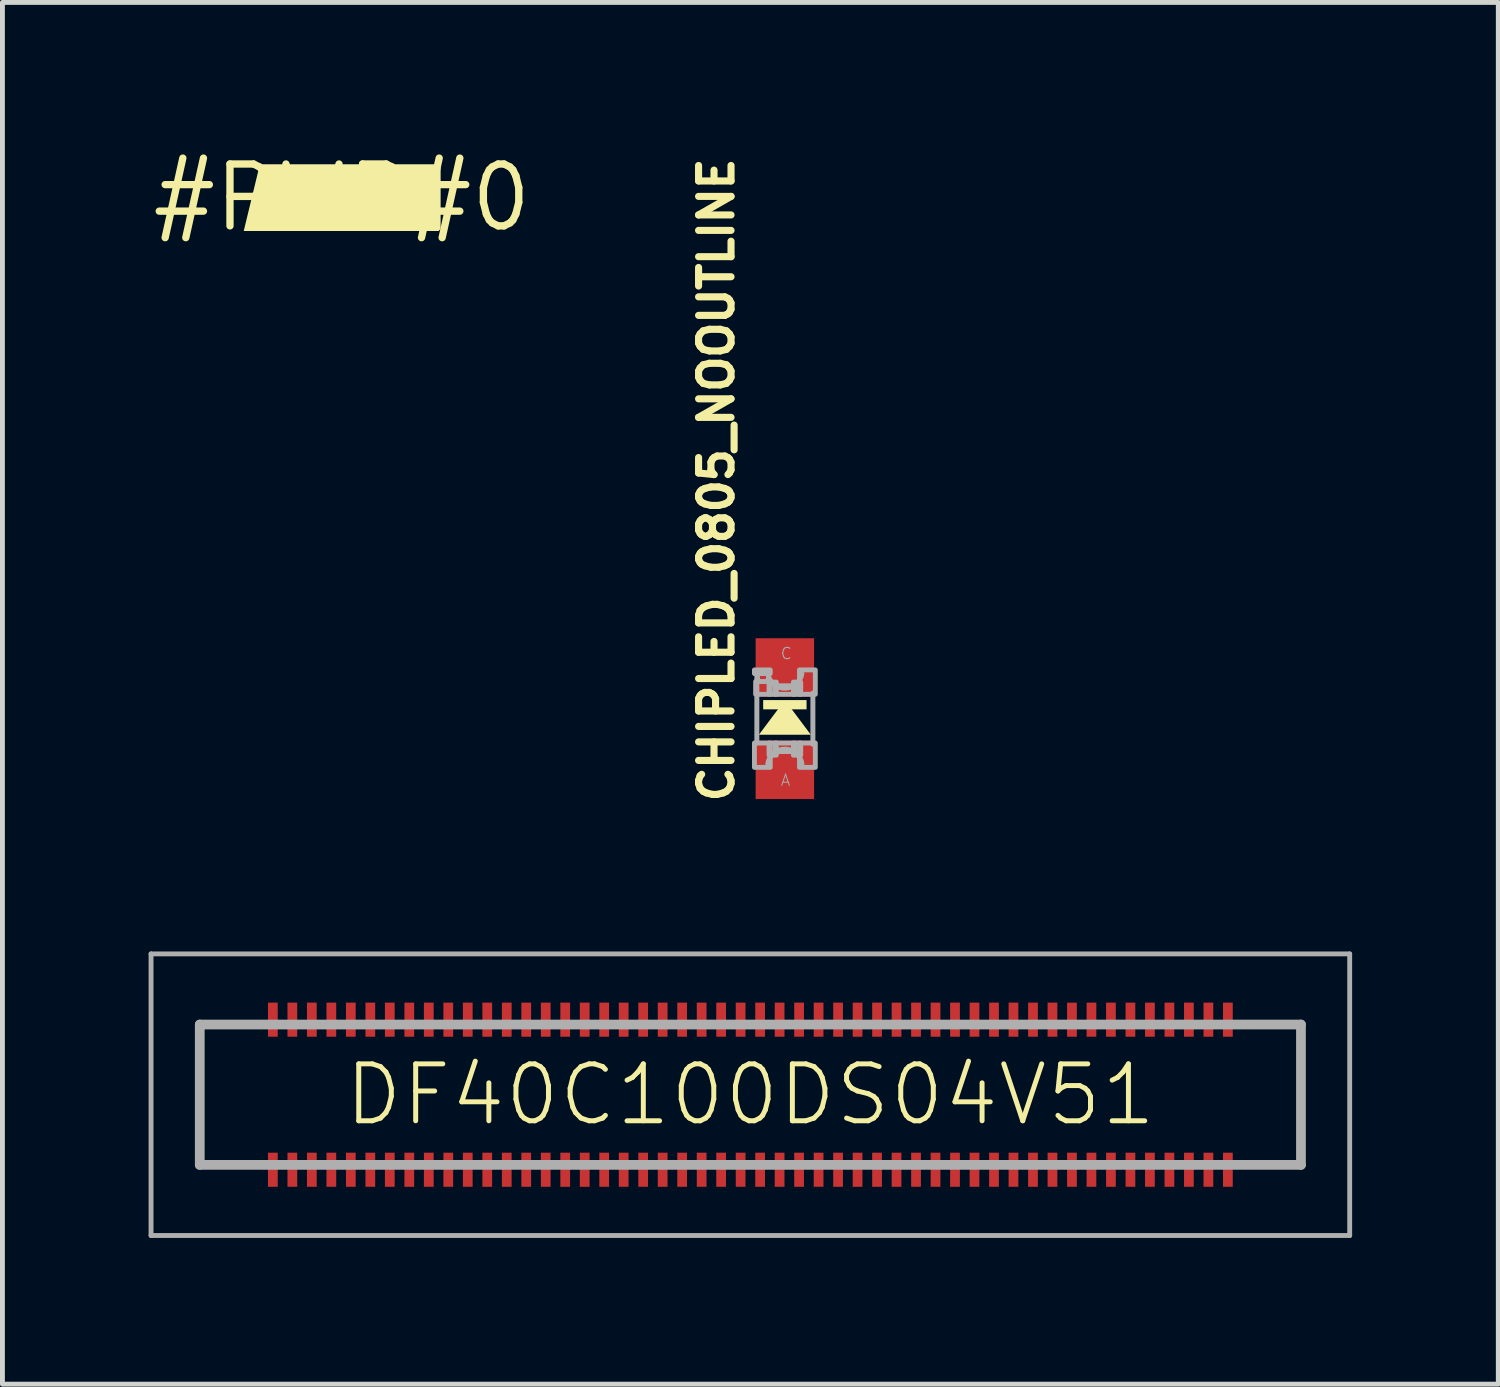
<source format=kicad_pcb>
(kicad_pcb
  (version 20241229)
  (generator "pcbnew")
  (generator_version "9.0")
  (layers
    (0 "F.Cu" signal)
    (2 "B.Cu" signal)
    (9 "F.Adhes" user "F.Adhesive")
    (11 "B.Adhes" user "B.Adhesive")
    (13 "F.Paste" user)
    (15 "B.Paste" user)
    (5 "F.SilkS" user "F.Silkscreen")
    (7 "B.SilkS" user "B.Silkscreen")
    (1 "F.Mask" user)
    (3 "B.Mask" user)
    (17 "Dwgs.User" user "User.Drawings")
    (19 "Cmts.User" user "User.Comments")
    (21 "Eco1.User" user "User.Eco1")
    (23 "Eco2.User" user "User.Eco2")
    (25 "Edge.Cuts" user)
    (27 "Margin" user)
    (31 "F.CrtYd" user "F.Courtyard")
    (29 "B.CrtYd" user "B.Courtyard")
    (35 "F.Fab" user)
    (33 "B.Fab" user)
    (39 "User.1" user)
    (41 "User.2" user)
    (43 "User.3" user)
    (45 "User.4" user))
  (footprint "DF40C100DS04V51"
    (layer "F.Cu")
    (at 12.35 19.417)
    (property "Reference" "DF40C100DS04V51" (at 0 0 0) (layer "F.SilkS") (effects (font (size 1.168 1.168) (thickness 0.102))))
    (fp_line (start -11.3 -1.44) (end -11.3 1.44) (stroke (width 0.1) (type solid)) (layer "F.SilkS"))
    (fp_line (start -11.3 1.44) (end -10.5 1.44) (stroke (width 0.1) (type solid)) (layer "F.SilkS"))
    (fp_line (start -10.5 -1.44) (end -11.3 -1.44) (stroke (width 0.1) (type solid)) (layer "F.SilkS"))
    (fp_line (start 10.5 -1.44) (end 11.3 -1.44) (stroke (width 0.1) (type solid)) (layer "F.SilkS"))
    (fp_line (start 11.3 -1.44) (end 11.3 1.44) (stroke (width 0.1) (type solid)) (layer "F.SilkS"))
    (fp_line (start 11.3 1.44) (end 10.5 1.44) (stroke (width 0.1) (type solid)) (layer "F.SilkS"))
    (fp_line (start -12.3 -2.89) (end 12.3 -2.89) (stroke (width 0.1) (type solid)) (layer "F.Fab"))
    (fp_line (start -12.3 2.89) (end -12.3 -2.89) (stroke (width 0.1) (type solid)) (layer "F.Fab"))
    (fp_line (start -11.3 -1.44) (end 11.3 -1.44) (stroke (width 0.2) (type solid)) (layer "F.Fab"))
    (fp_line (start -11.3 1.44) (end -11.3 -1.44) (stroke (width 0.2) (type solid)) (layer "F.Fab"))
    (fp_line (start 11.3 -1.44) (end 11.3 1.44) (stroke (width 0.2) (type solid)) (layer "F.Fab"))
    (fp_line (start 11.3 1.44) (end -11.3 1.44) (stroke (width 0.2) (type solid)) (layer "F.Fab"))
    (fp_line (start 12.3 -2.89) (end 12.3 2.89) (stroke (width 0.1) (type solid)) (layer "F.Fab"))
    (fp_line (start 12.3 2.89) (end -12.3 2.89) (stroke (width 0.1) (type solid)) (layer "F.Fab"))
    (pad "1" smd rect (at -9.8 1.54 90) (size 0.7 0.2) (layers "F.Cu" "F.Mask" "F.Paste"))
    (pad "2" smd rect (at -9.8 -1.54 90) (size 0.7 0.2) (layers "F.Cu" "F.Mask" "F.Paste"))
    (pad "3" smd rect (at -9.4 1.54 90) (size 0.7 0.2) (layers "F.Cu" "F.Mask" "F.Paste"))
    (pad "4" smd rect (at -9.4 -1.54 90) (size 0.7 0.2) (layers "F.Cu" "F.Mask" "F.Paste"))
    (pad "5" smd rect (at -9 1.54 90) (size 0.7 0.2) (layers "F.Cu" "F.Mask" "F.Paste"))
    (pad "6" smd rect (at -9 -1.54 90) (size 0.7 0.2) (layers "F.Cu" "F.Mask" "F.Paste"))
    (pad "7" smd rect (at -8.6 1.54 90) (size 0.7 0.2) (layers "F.Cu" "F.Mask" "F.Paste"))
    (pad "8" smd rect (at -8.6 -1.54 90) (size 0.7 0.2) (layers "F.Cu" "F.Mask" "F.Paste"))
    (pad "9" smd rect (at -8.2 1.54 90) (size 0.7 0.2) (layers "F.Cu" "F.Mask" "F.Paste"))
    (pad "10" smd rect (at -8.2 -1.54 90) (size 0.7 0.2) (layers "F.Cu" "F.Mask" "F.Paste"))
    (pad "11" smd rect (at -7.8 1.54 90) (size 0.7 0.2) (layers "F.Cu" "F.Mask" "F.Paste"))
    (pad "12" smd rect (at -7.8 -1.54 90) (size 0.7 0.2) (layers "F.Cu" "F.Mask" "F.Paste"))
    (pad "13" smd rect (at -7.4 1.54 90) (size 0.7 0.2) (layers "F.Cu" "F.Mask" "F.Paste"))
    (pad "14" smd rect (at -7.4 -1.54 90) (size 0.7 0.2) (layers "F.Cu" "F.Mask" "F.Paste"))
    (pad "15" smd rect (at -7 1.54 90) (size 0.7 0.2) (layers "F.Cu" "F.Mask" "F.Paste"))
    (pad "16" smd rect (at -7 -1.54 90) (size 0.7 0.2) (layers "F.Cu" "F.Mask" "F.Paste"))
    (pad "17" smd rect (at -6.6 1.54 90) (size 0.7 0.2) (layers "F.Cu" "F.Mask" "F.Paste"))
    (pad "18" smd rect (at -6.6 -1.54 90) (size 0.7 0.2) (layers "F.Cu" "F.Mask" "F.Paste"))
    (pad "19" smd rect (at -6.2 1.54 90) (size 0.7 0.2) (layers "F.Cu" "F.Mask" "F.Paste"))
    (pad "20" smd rect (at -6.2 -1.54 90) (size 0.7 0.2) (layers "F.Cu" "F.Mask" "F.Paste"))
    (pad "21" smd rect (at -5.8 1.54 90) (size 0.7 0.2) (layers "F.Cu" "F.Mask" "F.Paste"))
    (pad "22" smd rect (at -5.8 -1.54 90) (size 0.7 0.2) (layers "F.Cu" "F.Mask" "F.Paste"))
    (pad "23" smd rect (at -5.4 1.54 90) (size 0.7 0.2) (layers "F.Cu" "F.Mask" "F.Paste"))
    (pad "24" smd rect (at -5.4 -1.54 90) (size 0.7 0.2) (layers "F.Cu" "F.Mask" "F.Paste"))
    (pad "25" smd rect (at -5 1.54 90) (size 0.7 0.2) (layers "F.Cu" "F.Mask" "F.Paste"))
    (pad "26" smd rect (at -5 -1.54 90) (size 0.7 0.2) (layers "F.Cu" "F.Mask" "F.Paste"))
    (pad "27" smd rect (at -4.6 1.54 90) (size 0.7 0.2) (layers "F.Cu" "F.Mask" "F.Paste"))
    (pad "28" smd rect (at -4.6 -1.54 90) (size 0.7 0.2) (layers "F.Cu" "F.Mask" "F.Paste"))
    (pad "29" smd rect (at -4.2 1.54 90) (size 0.7 0.2) (layers "F.Cu" "F.Mask" "F.Paste"))
    (pad "30" smd rect (at -4.2 -1.54 90) (size 0.7 0.2) (layers "F.Cu" "F.Mask" "F.Paste"))
    (pad "31" smd rect (at -3.8 1.54 90) (size 0.7 0.2) (layers "F.Cu" "F.Mask" "F.Paste"))
    (pad "32" smd rect (at -3.8 -1.54 90) (size 0.7 0.2) (layers "F.Cu" "F.Mask" "F.Paste"))
    (pad "33" smd rect (at -3.4 1.54 90) (size 0.7 0.2) (layers "F.Cu" "F.Mask" "F.Paste"))
    (pad "34" smd rect (at -3.4 -1.54 90) (size 0.7 0.2) (layers "F.Cu" "F.Mask" "F.Paste"))
    (pad "35" smd rect (at -3 1.54 90) (size 0.7 0.2) (layers "F.Cu" "F.Mask" "F.Paste"))
    (pad "36" smd rect (at -3 -1.54 90) (size 0.7 0.2) (layers "F.Cu" "F.Mask" "F.Paste"))
    (pad "37" smd rect (at -2.6 1.54 90) (size 0.7 0.2) (layers "F.Cu" "F.Mask" "F.Paste"))
    (pad "38" smd rect (at -2.6 -1.54 90) (size 0.7 0.2) (layers "F.Cu" "F.Mask" "F.Paste"))
    (pad "39" smd rect (at -2.2 1.54 90) (size 0.7 0.2) (layers "F.Cu" "F.Mask" "F.Paste"))
    (pad "40" smd rect (at -2.2 -1.54 90) (size 0.7 0.2) (layers "F.Cu" "F.Mask" "F.Paste"))
    (pad "41" smd rect (at -1.8 1.54 90) (size 0.7 0.2) (layers "F.Cu" "F.Mask" "F.Paste"))
    (pad "42" smd rect (at -1.8 -1.54 90) (size 0.7 0.2) (layers "F.Cu" "F.Mask" "F.Paste"))
    (pad "43" smd rect (at -1.4 1.54 90) (size 0.7 0.2) (layers "F.Cu" "F.Mask" "F.Paste"))
    (pad "44" smd rect (at -1.4 -1.54 90) (size 0.7 0.2) (layers "F.Cu" "F.Mask" "F.Paste"))
    (pad "45" smd rect (at -1 1.54 90) (size 0.7 0.2) (layers "F.Cu" "F.Mask" "F.Paste"))
    (pad "46" smd rect (at -1 -1.54 90) (size 0.7 0.2) (layers "F.Cu" "F.Mask" "F.Paste"))
    (pad "47" smd rect (at -0.6 1.54 90) (size 0.7 0.2) (layers "F.Cu" "F.Mask" "F.Paste"))
    (pad "48" smd rect (at -0.6 -1.54 90) (size 0.7 0.2) (layers "F.Cu" "F.Mask" "F.Paste"))
    (pad "49" smd rect (at -0.2 1.54 90) (size 0.7 0.2) (layers "F.Cu" "F.Mask" "F.Paste"))
    (pad "50" smd rect (at -0.2 -1.54 90) (size 0.7 0.2) (layers "F.Cu" "F.Mask" "F.Paste"))
    (pad "51" smd rect (at 0.2 1.54 90) (size 0.7 0.2) (layers "F.Cu" "F.Mask" "F.Paste"))
    (pad "52" smd rect (at 0.2 -1.54 90) (size 0.7 0.2) (layers "F.Cu" "F.Mask" "F.Paste"))
    (pad "53" smd rect (at 0.6 1.54 90) (size 0.7 0.2) (layers "F.Cu" "F.Mask" "F.Paste"))
    (pad "54" smd rect (at 0.6 -1.54 90) (size 0.7 0.2) (layers "F.Cu" "F.Mask" "F.Paste"))
    (pad "55" smd rect (at 1 1.54 90) (size 0.7 0.2) (layers "F.Cu" "F.Mask" "F.Paste"))
    (pad "56" smd rect (at 1 -1.54 90) (size 0.7 0.2) (layers "F.Cu" "F.Mask" "F.Paste"))
    (pad "57" smd rect (at 1.4 1.54 90) (size 0.7 0.2) (layers "F.Cu" "F.Mask" "F.Paste"))
    (pad "58" smd rect (at 1.4 -1.54 90) (size 0.7 0.2) (layers "F.Cu" "F.Mask" "F.Paste"))
    (pad "59" smd rect (at 1.8 1.54 90) (size 0.7 0.2) (layers "F.Cu" "F.Mask" "F.Paste"))
    (pad "60" smd rect (at 1.8 -1.54 90) (size 0.7 0.2) (layers "F.Cu" "F.Mask" "F.Paste"))
    (pad "61" smd rect (at 2.2 1.54 90) (size 0.7 0.2) (layers "F.Cu" "F.Mask" "F.Paste"))
    (pad "62" smd rect (at 2.2 -1.54 90) (size 0.7 0.2) (layers "F.Cu" "F.Mask" "F.Paste"))
    (pad "63" smd rect (at 2.6 1.54 90) (size 0.7 0.2) (layers "F.Cu" "F.Mask" "F.Paste"))
    (pad "64" smd rect (at 2.6 -1.54 90) (size 0.7 0.2) (layers "F.Cu" "F.Mask" "F.Paste"))
    (pad "65" smd rect (at 3 1.54 90) (size 0.7 0.2) (layers "F.Cu" "F.Mask" "F.Paste"))
    (pad "66" smd rect (at 3 -1.54 90) (size 0.7 0.2) (layers "F.Cu" "F.Mask" "F.Paste"))
    (pad "67" smd rect (at 3.4 1.54 90) (size 0.7 0.2) (layers "F.Cu" "F.Mask" "F.Paste"))
    (pad "68" smd rect (at 3.4 -1.54 90) (size 0.7 0.2) (layers "F.Cu" "F.Mask" "F.Paste"))
    (pad "69" smd rect (at 3.8 1.54 90) (size 0.7 0.2) (layers "F.Cu" "F.Mask" "F.Paste"))
    (pad "70" smd rect (at 3.8 -1.54 90) (size 0.7 0.2) (layers "F.Cu" "F.Mask" "F.Paste"))
    (pad "71" smd rect (at 4.2 1.54 90) (size 0.7 0.2) (layers "F.Cu" "F.Mask" "F.Paste"))
    (pad "72" smd rect (at 4.2 -1.54 90) (size 0.7 0.2) (layers "F.Cu" "F.Mask" "F.Paste"))
    (pad "73" smd rect (at 4.6 1.54 90) (size 0.7 0.2) (layers "F.Cu" "F.Mask" "F.Paste"))
    (pad "74" smd rect (at 4.6 -1.54 90) (size 0.7 0.2) (layers "F.Cu" "F.Mask" "F.Paste"))
    (pad "75" smd rect (at 5 1.54 90) (size 0.7 0.2) (layers "F.Cu" "F.Mask" "F.Paste"))
    (pad "76" smd rect (at 5 -1.54 90) (size 0.7 0.2) (layers "F.Cu" "F.Mask" "F.Paste"))
    (pad "77" smd rect (at 5.4 1.54 90) (size 0.7 0.2) (layers "F.Cu" "F.Mask" "F.Paste"))
    (pad "78" smd rect (at 5.4 -1.54 90) (size 0.7 0.2) (layers "F.Cu" "F.Mask" "F.Paste"))
    (pad "79" smd rect (at 5.8 1.54 90) (size 0.7 0.2) (layers "F.Cu" "F.Mask" "F.Paste"))
    (pad "80" smd rect (at 5.8 -1.54 90) (size 0.7 0.2) (layers "F.Cu" "F.Mask" "F.Paste"))
    (pad "81" smd rect (at 6.2 1.54 90) (size 0.7 0.2) (layers "F.Cu" "F.Mask" "F.Paste"))
    (pad "82" smd rect (at 6.2 -1.54 90) (size 0.7 0.2) (layers "F.Cu" "F.Mask" "F.Paste"))
    (pad "83" smd rect (at 6.6 1.54 90) (size 0.7 0.2) (layers "F.Cu" "F.Mask" "F.Paste"))
    (pad "84" smd rect (at 6.6 -1.54 90) (size 0.7 0.2) (layers "F.Cu" "F.Mask" "F.Paste"))
    (pad "85" smd rect (at 7 1.54 90) (size 0.7 0.2) (layers "F.Cu" "F.Mask" "F.Paste"))
    (pad "86" smd rect (at 7 -1.54 90) (size 0.7 0.2) (layers "F.Cu" "F.Mask" "F.Paste"))
    (pad "87" smd rect (at 7.4 1.54 90) (size 0.7 0.2) (layers "F.Cu" "F.Mask" "F.Paste"))
    (pad "88" smd rect (at 7.4 -1.54 90) (size 0.7 0.2) (layers "F.Cu" "F.Mask" "F.Paste"))
    (pad "89" smd rect (at 7.8 1.54 90) (size 0.7 0.2) (layers "F.Cu" "F.Mask" "F.Paste"))
    (pad "90" smd rect (at 7.8 -1.54 90) (size 0.7 0.2) (layers "F.Cu" "F.Mask" "F.Paste"))
    (pad "91" smd rect (at 8.2 1.54 90) (size 0.7 0.2) (layers "F.Cu" "F.Mask" "F.Paste"))
    (pad "92" smd rect (at 8.2 -1.54 90) (size 0.7 0.2) (layers "F.Cu" "F.Mask" "F.Paste"))
    (pad "93" smd rect (at 8.6 1.54 90) (size 0.7 0.2) (layers "F.Cu" "F.Mask" "F.Paste"))
    (pad "94" smd rect (at 8.6 -1.54 90) (size 0.7 0.2) (layers "F.Cu" "F.Mask" "F.Paste"))
    (pad "95" smd rect (at 9 1.54 90) (size 0.7 0.2) (layers "F.Cu" "F.Mask" "F.Paste"))
    (pad "96" smd rect (at 9 -1.54 90) (size 0.7 0.2) (layers "F.Cu" "F.Mask" "F.Paste"))
    (pad "97" smd rect (at 9.4 1.54 90) (size 0.7 0.2) (layers "F.Cu" "F.Mask" "F.Paste"))
    (pad "98" smd rect (at 9.4 -1.54 90) (size 0.7 0.2) (layers "F.Cu" "F.Mask" "F.Paste"))
    (pad "99" smd rect (at 9.8 1.54 90) (size 0.7 0.2) (layers "F.Cu" "F.Mask" "F.Paste"))
    (pad "100" smd rect (at 9.8 -1.54 90) (size 0.7 0.2) (layers "F.Cu" "F.Mask" "F.Paste")))
  (footprint "#PWR#0"
    (layer "F.Cu")
    (at 3.968 1.006)
    (property "Reference" "#PWR#0" (at 0 0 0) (layer "F.SilkS") (effects (font (size 1.27 1.27) (thickness 0.15))))
    (fp_poly (pts (xy -1.188 -0.245) (xy -1.136 -0.213) (xy -1.105 -0.14) (xy -1.126 -0.067) (xy -1.178 -0.026) (xy -1.209 -0.015) (xy -1.352 -0.015) (xy -1.395 -0.048) (xy -1.395 -0.255) (xy -1.26 -0.255)) (stroke (width 0) (type default)) (fill yes) (layer "F.SilkS"))
    (fp_poly (pts (xy 1.212 -0.255) (xy 1.264 -0.224) (xy 1.295 -0.161) (xy 1.285 -0.088) (xy 1.232 -0.035) (xy 1.17 -0.025) (xy 1.028 -0.025) (xy 1.005 -0.048) (xy 1.005 -0.254) (xy 1.07 -0.265) (xy 1.14 -0.265)) (stroke (width 0) (type default)) (fill yes) (layer "F.SilkS"))
    (fp_poly (pts (xy 2.025 -0.642) (xy 2.025 0.642) (xy 1.982 0.685) (xy -2.016 0.685) (xy -1.695 -0.639) (xy -1.695 -0.639) (xy -1.695 -0.641) (xy -1.692 -0.652) (xy -1.692 -0.652) (xy -1.684 -0.685) (xy 1.982 -0.685)) (stroke (width 0) (type default)) (fill yes) (layer "F.SilkS")))
  (footprint "CHIPLED_0805_NOOUTLINE"
    (layer "F.Cu")
    (at 13.058 11.699)
    (property "Reference" "CHIPLED_0805_NOOUTLINE" (at -1.016 1.778 90) (layer "F.SilkS") (effects (font (size 0.666 0.666) (thickness 0.146)) (justify left bottom)))
    (fp_poly (pts (xy 0.533 0.33) (xy -0.533 0.33) (xy 0 -0.381)) (stroke (width 0) (type default)) (fill yes) (layer "F.SilkS"))
    (fp_poly (pts (xy -0.445 -0.191) (xy 0.445 -0.191) (xy 0.445 -0.381) (xy -0.445 -0.381)) (stroke (width 0) (type default)) (fill yes) (layer "F.SilkS"))
    (fp_line (start -0.575 0.5) (end -0.575 -0.925) (stroke (width 0.102) (type solid)) (layer "F.Fab"))
    (fp_line (start 0.575 -0.525) (end 0.575 0.525) (stroke (width 0.102) (type solid)) (layer "F.Fab"))
    (fp_arc (start -0.35 0.925) (mid -0.000001 0.625027) (end 0.35 0.924998) (stroke (width 0.1016) (type solid)) (layer "F.Fab"))
    (fp_arc (start 0.35 -0.924998) (mid -0.000001 -0.625027) (end -0.35 -0.925) (stroke (width 0.1016) (type solid)) (layer "F.Fab"))
    (fp_circle (center -0.45 -0.85) (end -0.347 -0.85) (stroke (width 0.076) (type solid)) (fill no) (layer "F.Fab"))
    (fp_poly (pts (xy -0.625 -0.925) (xy -0.3 -0.925) (xy -0.3 -1) (xy -0.625 -1)) (stroke (width 0.1) (type default)) (fill no) (layer "F.Fab"))
    (fp_poly (pts (xy -0.625 1) (xy -0.3 1) (xy -0.3 0.5) (xy -0.625 0.5)) (stroke (width 0.1) (type default)) (fill no) (layer "F.Fab"))
    (fp_poly (pts (xy -0.6 -0.5) (xy -0.3 -0.5) (xy -0.3 -0.762) (xy -0.6 -0.762)) (stroke (width 0.1) (type default)) (fill no) (layer "F.Fab"))
    (fp_poly (pts (xy -0.325 -0.5) (xy -0.175 -0.5) (xy -0.175 -0.75) (xy -0.325 -0.75)) (stroke (width 0.1) (type default)) (fill no) (layer "F.Fab"))
    (fp_poly (pts (xy -0.325 0.75) (xy -0.175 0.75) (xy -0.175 0.5) (xy -0.325 0.5)) (stroke (width 0.1) (type default)) (fill no) (layer "F.Fab"))
    (fp_poly (pts (xy -0.2 -0.5) (xy 0.2 -0.5) (xy 0.2 -0.675) (xy -0.2 -0.675)) (stroke (width 0.1) (type default)) (fill no) (layer "F.Fab"))
    (fp_poly (pts (xy -0.2 0.675) (xy 0.2 0.675) (xy 0.2 0.5) (xy -0.2 0.5)) (stroke (width 0.1) (type default)) (fill no) (layer "F.Fab"))
    (fp_poly (pts (xy 0.175 -0.5) (xy 0.325 -0.5) (xy 0.325 -0.75) (xy 0.175 -0.75)) (stroke (width 0.1) (type default)) (fill no) (layer "F.Fab"))
    (fp_poly (pts (xy 0.175 0.75) (xy 0.325 0.75) (xy 0.325 0.5) (xy 0.175 0.5)) (stroke (width 0.1) (type default)) (fill no) (layer "F.Fab"))
    (fp_poly (pts (xy 0.3 -0.5) (xy 0.625 -0.5) (xy 0.625 -1) (xy 0.3 -1)) (stroke (width 0.1) (type default)) (fill no) (layer "F.Fab"))
    (fp_poly (pts (xy 0.3 1) (xy 0.625 1) (xy 0.625 0.5) (xy 0.3 0.5)) (stroke (width 0.1) (type default)) (fill no) (layer "F.Fab"))
    (fp_text user "C" (at -0.1 -1.2 0) (layer "F.Fab") (effects (font (size 0.234 0.234) (thickness 0.02)) (justify left bottom)))
    (fp_text user "A" (at -0.1 1.4 0) (layer "F.Fab") (effects (font (size 0.234 0.234) (thickness 0.02)) (justify left bottom)))
    (pad "A" smd rect (at 0 1.05) (size 1.2 1.2) (layers "F.Cu" "F.Mask" "F.Paste"))
    (pad "C" smd rect (at 0 -1.05) (size 1.2 1.2) (layers "F.Cu" "F.Mask" "F.Paste")))
  (gr_rect
    (start -3 -3)
    (end 27.7 25.357)
    (stroke (width 0.1) (type default))
    (fill no)
    (layer "Edge.Cuts")))
</source>
